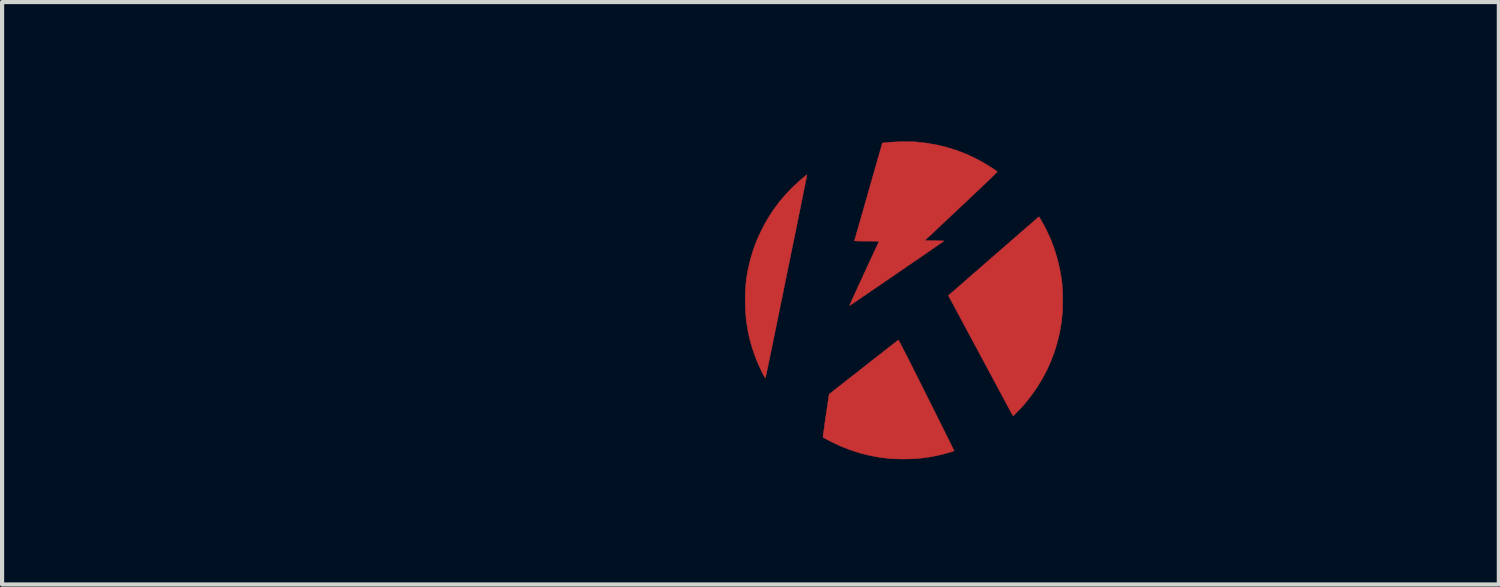
<source format=kicad_pcb>
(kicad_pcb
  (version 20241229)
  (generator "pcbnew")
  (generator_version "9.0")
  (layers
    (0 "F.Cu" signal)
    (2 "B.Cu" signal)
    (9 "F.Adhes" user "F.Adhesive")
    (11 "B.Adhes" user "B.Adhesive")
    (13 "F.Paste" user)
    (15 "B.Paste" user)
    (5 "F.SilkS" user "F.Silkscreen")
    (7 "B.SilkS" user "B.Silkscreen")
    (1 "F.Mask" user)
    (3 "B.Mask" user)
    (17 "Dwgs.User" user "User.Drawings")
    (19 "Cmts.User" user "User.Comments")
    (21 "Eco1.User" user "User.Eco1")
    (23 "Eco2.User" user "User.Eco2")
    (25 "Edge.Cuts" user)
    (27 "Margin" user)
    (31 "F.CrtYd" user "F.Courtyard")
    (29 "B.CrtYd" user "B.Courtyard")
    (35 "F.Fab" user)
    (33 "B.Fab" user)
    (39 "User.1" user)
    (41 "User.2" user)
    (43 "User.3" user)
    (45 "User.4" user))
  (footprint "KWAN_CIRCLE_soldermask"
    (layer "F.Cu")
    (at 18.64 4.161)
    (property "Reference" "KWAN_CIRCLE_soldermask" (at -3.683 -2.743 0) (layer "F.Mask") (effects (font (size 1.524 1.524) (thickness 0.3))))
    (attr through_hole)
    (fp_poly (pts (xy -2.329 -3.008) (xy -2.333 -2.986) (xy -2.34 -2.951) (xy -2.349 -2.903) (xy -2.362 -2.842) (xy -2.376 -2.77) (xy -2.393 -2.687) (xy -2.412 -2.593) (xy -2.432 -2.491) (xy -2.455 -2.379) (xy -2.479 -2.259) (xy -2.505 -2.132) (xy -2.532 -1.998) (xy -2.561 -1.858) (xy -2.59 -1.712) (xy -2.621 -1.561) (xy -2.652 -1.407) (xy -2.685 -1.249) (xy -2.718 -1.088) (xy -2.751 -0.925) (xy -2.784 -0.761) (xy -2.818 -0.596) (xy -2.852 -0.431) (xy -2.885 -0.266) (xy -2.919 -0.103) (xy -2.952 0.058) (xy -2.984 0.217) (xy -3.016 0.372) (xy -3.047 0.524) (xy -3.077 0.67) (xy -3.106 0.812) (xy -3.134 0.947) (xy -3.16 1.075) (xy -3.185 1.196) (xy -3.209 1.31) (xy -3.23 1.414) (xy -3.25 1.509) (xy -3.268 1.594) (xy -3.283 1.668) (xy -3.296 1.731) (xy -3.307 1.781) (xy -3.315 1.819) (xy -3.32 1.844) (xy -3.323 1.854) (xy -3.323 1.854) (xy -3.329 1.852) (xy -3.34 1.839) (xy -3.347 1.828) (xy -3.374 1.78) (xy -3.403 1.722) (xy -3.436 1.655) (xy -3.469 1.584) (xy -3.501 1.511) (xy -3.532 1.439) (xy -3.559 1.373) (xy -3.566 1.353) (xy -3.641 1.138) (xy -3.702 0.923) (xy -3.748 0.706) (xy -3.782 0.486) (xy -3.802 0.26) (xy -3.81 0.028) (xy -3.81 0) (xy -3.808 -0.142) (xy -3.803 -0.274) (xy -3.793 -0.399) (xy -3.779 -0.522) (xy -3.759 -0.645) (xy -3.738 -0.758) (xy -3.693 -0.957) (xy -3.638 -1.147) (xy -3.574 -1.333) (xy -3.498 -1.518) (xy -3.422 -1.68) (xy -3.327 -1.862) (xy -3.227 -2.032) (xy -3.121 -2.193) (xy -3.005 -2.348) (xy -2.879 -2.499) (xy -2.74 -2.648) (xy -2.687 -2.702) (xy -2.646 -2.742) (xy -2.602 -2.784) (xy -2.557 -2.826) (xy -2.512 -2.866) (xy -2.469 -2.905) (xy -2.429 -2.939) (xy -2.394 -2.969) (xy -2.365 -2.993) (xy -2.343 -3.009) (xy -2.33 -3.016) (xy -2.328 -3.016) (xy -2.329 -3.008)) (stroke (width 0.01) (type solid)) (fill yes) (layer "F.Cu"))
    (fp_poly (pts (xy 3.243 -2.004) (xy 3.255 -1.987) (xy 3.271 -1.961) (xy 3.291 -1.927) (xy 3.313 -1.888) (xy 3.337 -1.845) (xy 3.361 -1.801) (xy 3.384 -1.757) (xy 3.406 -1.717) (xy 3.418 -1.692) (xy 3.517 -1.477) (xy 3.602 -1.256) (xy 3.673 -1.029) (xy 3.73 -0.795) (xy 3.774 -0.554) (xy 3.792 -0.419) (xy 3.796 -0.371) (xy 3.8 -0.311) (xy 3.804 -0.241) (xy 3.806 -0.165) (xy 3.808 -0.085) (xy 3.809 -0.005) (xy 3.809 0.074) (xy 3.808 0.148) (xy 3.807 0.214) (xy 3.804 0.269) (xy 3.803 0.282) (xy 3.777 0.524) (xy 3.737 0.762) (xy 3.682 0.995) (xy 3.613 1.224) (xy 3.529 1.447) (xy 3.432 1.664) (xy 3.32 1.876) (xy 3.195 2.081) (xy 3.056 2.279) (xy 2.918 2.454) (xy 2.892 2.484) (xy 2.862 2.519) (xy 2.828 2.556) (xy 2.792 2.595) (xy 2.756 2.633) (xy 2.721 2.67) (xy 2.689 2.703) (xy 2.661 2.731) (xy 2.64 2.751) (xy 2.626 2.764) (xy 2.621 2.766) (xy 2.616 2.76) (xy 2.604 2.742) (xy 2.589 2.716) (xy 2.57 2.682) (xy 2.554 2.654) (xy 2.54 2.626) (xy 2.519 2.587) (xy 2.492 2.538) (xy 2.46 2.478) (xy 2.423 2.409) (xy 2.381 2.332) (xy 2.336 2.247) (xy 2.286 2.155) (xy 2.234 2.057) (xy 2.178 1.954) (xy 2.121 1.846) (xy 2.061 1.735) (xy 2 1.621) (xy 1.937 1.504) (xy 1.874 1.386) (xy 1.81 1.267) (xy 1.747 1.149) (xy 1.684 1.032) (xy 1.622 0.916) (xy 1.561 0.803) (xy 1.502 0.693) (xy 1.445 0.587) (xy 1.391 0.485) (xy 1.34 0.39) (xy 1.292 0.301) (xy 1.248 0.219) (xy 1.208 0.145) (xy 1.173 0.08) (xy 1.144 0.024) (xy 1.119 -0.022) (xy 1.101 -0.056) (xy 1.089 -0.079) (xy 1.083 -0.089) (xy 1.083 -0.089) (xy 1.067 -0.121) (xy 2.15 -1.065) (xy 2.261 -1.161) (xy 2.368 -1.255) (xy 2.472 -1.345) (xy 2.572 -1.432) (xy 2.667 -1.515) (xy 2.757 -1.593) (xy 2.841 -1.666) (xy 2.918 -1.733) (xy 2.989 -1.794) (xy 3.052 -1.849) (xy 3.106 -1.896) (xy 3.152 -1.936) (xy 3.189 -1.968) (xy 3.216 -1.991) (xy 3.232 -2.005) (xy 3.238 -2.01) (xy 3.243 -2.004)) (stroke (width 0.01) (type solid)) (fill yes) (layer "F.Cu"))
    (fp_poly (pts (xy -0.13 0.953) (xy -0.12 0.97) (xy -0.104 0.999) (xy -0.082 1.039) (xy -0.055 1.092) (xy -0.021 1.158) (xy 0.019 1.235) (xy 0.065 1.325) (xy 0.117 1.428) (xy 0.175 1.544) (xy 0.24 1.673) (xy 0.311 1.815) (xy 0.389 1.97) (xy 0.473 2.138) (xy 0.539 2.27) (xy 0.606 2.404) (xy 0.671 2.534) (xy 0.734 2.659) (xy 0.794 2.78) (xy 0.851 2.895) (xy 0.906 3.004) (xy 0.956 3.106) (xy 1.003 3.2) (xy 1.046 3.286) (xy 1.085 3.363) (xy 1.118 3.431) (xy 1.147 3.489) (xy 1.17 3.535) (xy 1.187 3.57) (xy 1.198 3.593) (xy 1.203 3.603) (xy 1.203 3.604) (xy 1.202 3.606) (xy 1.197 3.61) (xy 1.188 3.614) (xy 1.172 3.619) (xy 1.147 3.627) (xy 1.111 3.638) (xy 1.064 3.652) (xy 1.043 3.658) (xy 0.837 3.711) (xy 0.626 3.753) (xy 0.407 3.783) (xy 0.319 3.792) (xy 0.261 3.796) (xy 0.192 3.799) (xy 0.115 3.801) (xy 0.032 3.802) (xy -0.053 3.802) (xy -0.135 3.801) (xy -0.213 3.799) (xy -0.283 3.796) (xy -0.342 3.792) (xy -0.348 3.791) (xy -0.589 3.762) (xy -0.825 3.718) (xy -1.057 3.66) (xy -1.284 3.587) (xy -1.508 3.499) (xy -1.669 3.425) (xy -1.712 3.404) (xy -1.757 3.381) (xy -1.803 3.358) (xy -1.846 3.335) (xy -1.884 3.315) (xy -1.915 3.297) (xy -1.937 3.285) (xy -1.943 3.28) (xy -1.943 3.273) (xy -1.94 3.251) (xy -1.936 3.218) (xy -1.93 3.174) (xy -1.923 3.121) (xy -1.914 3.06) (xy -1.905 2.993) (xy -1.895 2.922) (xy -1.884 2.847) (xy -1.873 2.771) (xy -1.862 2.695) (xy -1.851 2.62) (xy -1.84 2.548) (xy -1.83 2.48) (xy -1.821 2.418) (xy -1.813 2.363) (xy -1.806 2.317) (xy -1.8 2.282) (xy -1.796 2.258) (xy -1.794 2.248) (xy -1.794 2.247) (xy -1.785 2.241) (xy -1.766 2.225) (xy -1.736 2.202) (xy -1.697 2.171) (xy -1.65 2.133) (xy -1.594 2.09) (xy -1.532 2.041) (xy -1.464 1.988) (xy -1.391 1.93) (xy -1.314 1.87) (xy -1.233 1.806) (xy -1.149 1.741) (xy -1.064 1.674) (xy -0.978 1.606) (xy -0.891 1.538) (xy -0.805 1.471) (xy -0.721 1.405) (xy -0.639 1.341) (xy -0.56 1.28) (xy -0.486 1.221) (xy -0.416 1.167) (xy -0.352 1.117) (xy -0.295 1.072) (xy -0.245 1.033) (xy -0.203 1.001) (xy -0.17 0.975) (xy -0.148 0.958) (xy -0.136 0.949) (xy -0.134 0.948) (xy -0.13 0.953)) (stroke (width 0.01) (type solid)) (fill yes) (layer "F.Cu"))
    (fp_poly (pts (xy 0.141 -3.812) (xy 0.234 -3.809) (xy 0.308 -3.804) (xy 0.552 -3.776) (xy 0.791 -3.734) (xy 1.025 -3.677) (xy 1.254 -3.606) (xy 1.477 -3.521) (xy 1.695 -3.421) (xy 1.907 -3.308) (xy 2.114 -3.18) (xy 2.123 -3.174) (xy 2.159 -3.15) (xy 2.191 -3.128) (xy 2.216 -3.11) (xy 2.233 -3.098) (xy 2.238 -3.093) (xy 2.237 -3.089) (xy 2.228 -3.079) (xy 2.213 -3.063) (xy 2.191 -3.04) (xy 2.162 -3.011) (xy 2.125 -2.975) (xy 2.08 -2.931) (xy 2.026 -2.88) (xy 1.964 -2.821) (xy 1.893 -2.753) (xy 1.812 -2.676) (xy 1.722 -2.591) (xy 1.622 -2.496) (xy 1.511 -2.391) (xy 1.389 -2.276) (xy 1.372 -2.261) (xy 0.498 -1.438) (xy 0.729 -1.436) (xy 0.786 -1.435) (xy 0.838 -1.434) (xy 0.884 -1.433) (xy 0.92 -1.432) (xy 0.945 -1.43) (xy 0.958 -1.429) (xy 0.959 -1.428) (xy 0.953 -1.424) (xy 0.935 -1.411) (xy 0.906 -1.391) (xy 0.866 -1.363) (xy 0.818 -1.33) (xy 0.76 -1.29) (xy 0.694 -1.245) (xy 0.622 -1.195) (xy 0.543 -1.14) (xy 0.458 -1.082) (xy 0.368 -1.02) (xy 0.274 -0.956) (xy 0.177 -0.889) (xy 0.077 -0.821) (xy -0.024 -0.751) (xy -0.127 -0.681) (xy -0.229 -0.61) (xy -0.332 -0.54) (xy -0.433 -0.471) (xy -0.532 -0.403) (xy -0.628 -0.337) (xy -0.721 -0.274) (xy -0.809 -0.214) (xy -0.892 -0.157) (xy -0.97 -0.104) (xy -1.04 -0.056) (xy -1.103 -0.013) (xy -1.158 0.025) (xy -1.204 0.056) (xy -1.241 0.08) (xy -1.266 0.098) (xy -1.281 0.107) (xy -1.282 0.108) (xy -1.296 0.115) (xy -1.304 0.116) (xy -1.304 0.115) (xy -1.301 0.108) (xy -1.292 0.087) (xy -1.277 0.055) (xy -1.257 0.011) (xy -1.233 -0.043) (xy -1.204 -0.107) (xy -1.171 -0.179) (xy -1.134 -0.258) (xy -1.095 -0.345) (xy -1.052 -0.437) (xy -1.007 -0.534) (xy -0.961 -0.635) (xy -0.951 -0.657) (xy -0.597 -1.423) (xy -0.894 -1.425) (xy -0.972 -1.425) (xy -1.037 -1.426) (xy -1.088 -1.427) (xy -1.127 -1.428) (xy -1.155 -1.43) (xy -1.174 -1.431) (xy -1.185 -1.433) (xy -1.188 -1.436) (xy -1.188 -1.436) (xy -1.185 -1.444) (xy -1.179 -1.467) (xy -1.169 -1.502) (xy -1.155 -1.549) (xy -1.138 -1.608) (xy -1.118 -1.678) (xy -1.095 -1.758) (xy -1.07 -1.847) (xy -1.042 -1.944) (xy -1.012 -2.049) (xy -0.98 -2.16) (xy -0.947 -2.278) (xy -0.911 -2.401) (xy -0.875 -2.528) (xy -0.851 -2.613) (xy -0.518 -3.779) (xy -0.475 -3.785) (xy -0.383 -3.794) (xy -0.282 -3.802) (xy -0.176 -3.807) (xy -0.067 -3.811) (xy 0.039 -3.812) (xy 0.141 -3.812)) (stroke (width 0.01) (type solid)) (fill yes) (layer "F.Cu"))
    (fp_poly (pts (xy -2.329 -3.008) (xy -2.333 -2.986) (xy -2.34 -2.951) (xy -2.349 -2.903) (xy -2.362 -2.842) (xy -2.376 -2.77) (xy -2.393 -2.687) (xy -2.412 -2.593) (xy -2.432 -2.491) (xy -2.455 -2.379) (xy -2.479 -2.259) (xy -2.505 -2.132) (xy -2.532 -1.998) (xy -2.561 -1.858) (xy -2.59 -1.712) (xy -2.621 -1.561) (xy -2.652 -1.407) (xy -2.685 -1.249) (xy -2.718 -1.088) (xy -2.751 -0.925) (xy -2.784 -0.761) (xy -2.818 -0.596) (xy -2.852 -0.431) (xy -2.885 -0.266) (xy -2.919 -0.103) (xy -2.952 0.058) (xy -2.984 0.217) (xy -3.016 0.372) (xy -3.047 0.524) (xy -3.077 0.67) (xy -3.106 0.812) (xy -3.134 0.947) (xy -3.16 1.075) (xy -3.185 1.196) (xy -3.209 1.31) (xy -3.23 1.414) (xy -3.25 1.509) (xy -3.268 1.594) (xy -3.283 1.668) (xy -3.296 1.731) (xy -3.307 1.781) (xy -3.315 1.819) (xy -3.32 1.844) (xy -3.323 1.854) (xy -3.323 1.854) (xy -3.329 1.852) (xy -3.34 1.839) (xy -3.347 1.828) (xy -3.374 1.78) (xy -3.403 1.722) (xy -3.436 1.655) (xy -3.469 1.584) (xy -3.501 1.511) (xy -3.532 1.439) (xy -3.559 1.373) (xy -3.566 1.353) (xy -3.641 1.138) (xy -3.702 0.923) (xy -3.748 0.706) (xy -3.782 0.486) (xy -3.802 0.26) (xy -3.81 0.028) (xy -3.81 0) (xy -3.808 -0.142) (xy -3.803 -0.274) (xy -3.793 -0.399) (xy -3.779 -0.522) (xy -3.759 -0.645) (xy -3.738 -0.758) (xy -3.693 -0.957) (xy -3.638 -1.147) (xy -3.574 -1.333) (xy -3.498 -1.518) (xy -3.422 -1.68) (xy -3.327 -1.862) (xy -3.227 -2.032) (xy -3.121 -2.193) (xy -3.005 -2.348) (xy -2.879 -2.499) (xy -2.74 -2.648) (xy -2.687 -2.702) (xy -2.646 -2.742) (xy -2.602 -2.784) (xy -2.557 -2.826) (xy -2.512 -2.866) (xy -2.469 -2.905) (xy -2.429 -2.939) (xy -2.394 -2.969) (xy -2.365 -2.993) (xy -2.343 -3.009) (xy -2.33 -3.016) (xy -2.328 -3.016) (xy -2.329 -3.008)) (stroke (width 0.01) (type solid)) (fill yes) (layer "F.Mask"))
    (fp_poly (pts (xy 3.243 -2.004) (xy 3.255 -1.987) (xy 3.271 -1.961) (xy 3.291 -1.927) (xy 3.313 -1.888) (xy 3.337 -1.845) (xy 3.361 -1.801) (xy 3.384 -1.757) (xy 3.406 -1.717) (xy 3.418 -1.692) (xy 3.517 -1.477) (xy 3.602 -1.256) (xy 3.673 -1.029) (xy 3.73 -0.795) (xy 3.774 -0.554) (xy 3.792 -0.419) (xy 3.796 -0.371) (xy 3.8 -0.311) (xy 3.804 -0.241) (xy 3.806 -0.165) (xy 3.808 -0.085) (xy 3.809 -0.005) (xy 3.809 0.074) (xy 3.808 0.148) (xy 3.807 0.214) (xy 3.804 0.269) (xy 3.803 0.282) (xy 3.777 0.524) (xy 3.737 0.762) (xy 3.682 0.995) (xy 3.613 1.224) (xy 3.529 1.447) (xy 3.432 1.664) (xy 3.32 1.876) (xy 3.195 2.081) (xy 3.056 2.279) (xy 2.918 2.454) (xy 2.892 2.484) (xy 2.862 2.519) (xy 2.828 2.556) (xy 2.792 2.595) (xy 2.756 2.633) (xy 2.721 2.67) (xy 2.689 2.703) (xy 2.661 2.731) (xy 2.64 2.751) (xy 2.626 2.764) (xy 2.621 2.766) (xy 2.616 2.76) (xy 2.604 2.742) (xy 2.589 2.716) (xy 2.57 2.682) (xy 2.554 2.654) (xy 2.54 2.626) (xy 2.519 2.587) (xy 2.492 2.538) (xy 2.46 2.478) (xy 2.423 2.409) (xy 2.381 2.332) (xy 2.336 2.247) (xy 2.286 2.155) (xy 2.234 2.057) (xy 2.178 1.954) (xy 2.121 1.846) (xy 2.061 1.735) (xy 2 1.621) (xy 1.937 1.504) (xy 1.874 1.386) (xy 1.81 1.267) (xy 1.747 1.149) (xy 1.684 1.032) (xy 1.622 0.916) (xy 1.561 0.803) (xy 1.502 0.693) (xy 1.445 0.587) (xy 1.391 0.485) (xy 1.34 0.39) (xy 1.292 0.301) (xy 1.248 0.219) (xy 1.208 0.145) (xy 1.173 0.08) (xy 1.144 0.024) (xy 1.119 -0.022) (xy 1.101 -0.056) (xy 1.089 -0.079) (xy 1.083 -0.089) (xy 1.083 -0.089) (xy 1.067 -0.121) (xy 2.15 -1.065) (xy 2.261 -1.161) (xy 2.368 -1.255) (xy 2.472 -1.345) (xy 2.572 -1.432) (xy 2.667 -1.515) (xy 2.757 -1.593) (xy 2.841 -1.666) (xy 2.918 -1.733) (xy 2.989 -1.794) (xy 3.052 -1.849) (xy 3.106 -1.896) (xy 3.152 -1.936) (xy 3.189 -1.968) (xy 3.216 -1.991) (xy 3.232 -2.005) (xy 3.238 -2.01) (xy 3.243 -2.004)) (stroke (width 0.01) (type solid)) (fill yes) (layer "F.Mask"))
    (fp_poly (pts (xy -0.121 0.96) (xy -0.111 0.977) (xy -0.095 1.006) (xy -0.073 1.047) (xy -0.046 1.1) (xy -0.012 1.165) (xy 0.028 1.243) (xy 0.073 1.333) (xy 0.126 1.436) (xy 0.184 1.552) (xy 0.249 1.68) (xy 0.32 1.822) (xy 0.398 1.977) (xy 0.482 2.146) (xy 0.548 2.278) (xy 0.615 2.411) (xy 0.68 2.541) (xy 0.743 2.667) (xy 0.803 2.788) (xy 0.86 2.903) (xy 0.915 3.011) (xy 0.965 3.113) (xy 1.012 3.208) (xy 1.055 3.294) (xy 1.093 3.371) (xy 1.127 3.439) (xy 1.155 3.496) (xy 1.179 3.543) (xy 1.196 3.578) (xy 1.207 3.601) (xy 1.212 3.611) (xy 1.212 3.611) (xy 1.211 3.614) (xy 1.206 3.617) (xy 1.197 3.621) (xy 1.18 3.627) (xy 1.155 3.635) (xy 1.12 3.645) (xy 1.072 3.659) (xy 1.052 3.666) (xy 0.846 3.719) (xy 0.635 3.76) (xy 0.416 3.791) (xy 0.328 3.799) (xy 0.27 3.803) (xy 0.201 3.806) (xy 0.123 3.808) (xy 0.041 3.809) (xy -0.044 3.809) (xy -0.127 3.808) (xy -0.205 3.806) (xy -0.274 3.803) (xy -0.333 3.799) (xy -0.339 3.799) (xy -0.58 3.77) (xy -0.816 3.726) (xy -1.048 3.667) (xy -1.275 3.594) (xy -1.499 3.506) (xy -1.66 3.433) (xy -1.703 3.412) (xy -1.748 3.389) (xy -1.794 3.365) (xy -1.837 3.343) (xy -1.875 3.322) (xy -1.907 3.305) (xy -1.928 3.292) (xy -1.934 3.288) (xy -1.934 3.28) (xy -1.931 3.259) (xy -1.927 3.225) (xy -1.921 3.181) (xy -1.914 3.128) (xy -1.905 3.068) (xy -1.896 3.001) (xy -1.886 2.929) (xy -1.875 2.855) (xy -1.864 2.779) (xy -1.853 2.702) (xy -1.842 2.627) (xy -1.831 2.555) (xy -1.821 2.487) (xy -1.812 2.425) (xy -1.804 2.371) (xy -1.797 2.325) (xy -1.791 2.289) (xy -1.787 2.266) (xy -1.785 2.255) (xy -1.785 2.255) (xy -1.776 2.248) (xy -1.757 2.232) (xy -1.727 2.209) (xy -1.688 2.178) (xy -1.641 2.141) (xy -1.586 2.097) (xy -1.524 2.049) (xy -1.456 1.995) (xy -1.382 1.938) (xy -1.305 1.877) (xy -1.224 1.814) (xy -1.14 1.748) (xy -1.055 1.681) (xy -0.969 1.614) (xy -0.882 1.546) (xy -0.796 1.479) (xy -0.712 1.413) (xy -0.63 1.349) (xy -0.552 1.287) (xy -0.477 1.229) (xy -0.407 1.174) (xy -0.343 1.124) (xy -0.286 1.08) (xy -0.236 1.041) (xy -0.194 1.008) (xy -0.161 0.983) (xy -0.139 0.965) (xy -0.127 0.956) (xy -0.125 0.955) (xy -0.121 0.96)) (stroke (width 0.01) (type solid)) (fill yes) (layer "F.Mask"))
    (fp_poly (pts (xy 0.134 -3.81) (xy 0.227 -3.807) (xy 0.301 -3.802) (xy 0.545 -3.774) (xy 0.785 -3.732) (xy 1.018 -3.675) (xy 1.247 -3.604) (xy 1.47 -3.519) (xy 1.688 -3.42) (xy 1.901 -3.306) (xy 2.108 -3.178) (xy 2.116 -3.173) (xy 2.152 -3.148) (xy 2.184 -3.126) (xy 2.21 -3.108) (xy 2.226 -3.096) (xy 2.232 -3.091) (xy 2.23 -3.087) (xy 2.222 -3.077) (xy 2.207 -3.061) (xy 2.185 -3.039) (xy 2.155 -3.01) (xy 2.118 -2.974) (xy 2.073 -2.93) (xy 2.02 -2.878) (xy 1.958 -2.819) (xy 1.886 -2.751) (xy 1.806 -2.675) (xy 1.715 -2.589) (xy 1.615 -2.494) (xy 1.504 -2.39) (xy 1.382 -2.275) (xy 1.366 -2.259) (xy 0.492 -1.437) (xy 0.722 -1.434) (xy 0.78 -1.434) (xy 0.832 -1.433) (xy 0.877 -1.432) (xy 0.913 -1.43) (xy 0.939 -1.429) (xy 0.951 -1.427) (xy 0.952 -1.427) (xy 0.946 -1.422) (xy 0.928 -1.41) (xy 0.899 -1.389) (xy 0.86 -1.362) (xy 0.811 -1.328) (xy 0.753 -1.289) (xy 0.688 -1.243) (xy 0.615 -1.193) (xy 0.536 -1.139) (xy 0.451 -1.081) (xy 0.362 -1.019) (xy 0.268 -0.955) (xy 0.171 -0.888) (xy 0.071 -0.819) (xy -0.031 -0.75) (xy -0.133 -0.679) (xy -0.236 -0.609) (xy -0.338 -0.539) (xy -0.439 -0.47) (xy -0.539 -0.402) (xy -0.635 -0.336) (xy -0.727 -0.273) (xy -0.816 -0.212) (xy -0.899 -0.155) (xy -0.976 -0.103) (xy -1.047 -0.054) (xy -1.11 -0.011) (xy -1.165 0.026) (xy -1.211 0.057) (xy -1.247 0.082) (xy -1.273 0.099) (xy -1.288 0.109) (xy -1.288 0.109) (xy -1.303 0.117) (xy -1.311 0.118) (xy -1.311 0.117) (xy -1.308 0.109) (xy -1.299 0.089) (xy -1.284 0.056) (xy -1.264 0.012) (xy -1.239 -0.042) (xy -1.21 -0.105) (xy -1.177 -0.177) (xy -1.141 -0.257) (xy -1.101 -0.343) (xy -1.059 -0.435) (xy -1.014 -0.532) (xy -0.967 -0.633) (xy -0.957 -0.655) (xy -0.604 -1.421) (xy -0.901 -1.423) (xy -0.979 -1.424) (xy -1.043 -1.425) (xy -1.094 -1.426) (xy -1.133 -1.427) (xy -1.162 -1.428) (xy -1.181 -1.43) (xy -1.191 -1.432) (xy -1.195 -1.434) (xy -1.194 -1.435) (xy -1.192 -1.443) (xy -1.186 -1.465) (xy -1.175 -1.5) (xy -1.162 -1.548) (xy -1.145 -1.607) (xy -1.125 -1.677) (xy -1.102 -1.756) (xy -1.077 -1.845) (xy -1.049 -1.942) (xy -1.019 -2.047) (xy -0.987 -2.159) (xy -0.953 -2.276) (xy -0.918 -2.399) (xy -0.882 -2.526) (xy -0.858 -2.611) (xy -0.524 -3.778) (xy -0.481 -3.783) (xy -0.389 -3.793) (xy -0.288 -3.8) (xy -0.182 -3.806) (xy -0.074 -3.81) (xy 0.033 -3.811) (xy 0.134 -3.81)) (stroke (width 0.01) (type solid)) (fill yes) (layer "F.Mask")))
  (gr_rect
    (start -3 -3)
    (end 32.914 10.975)
    (stroke (width 0.1) (type default))
    (fill no)
    (layer "Edge.Cuts")))
</source>
